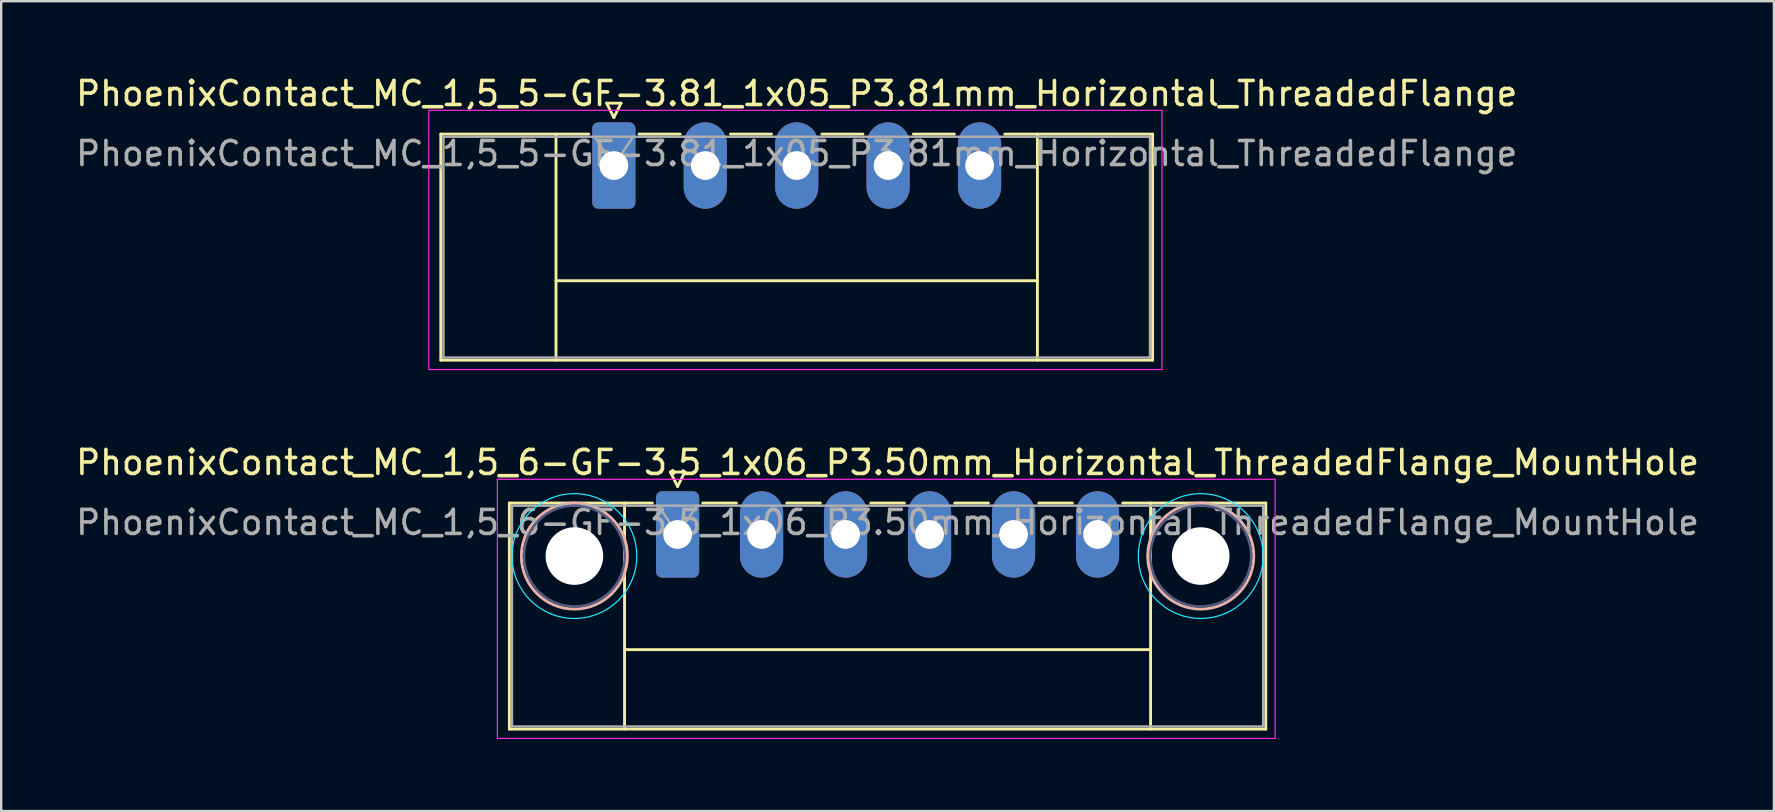
<source format=kicad_pcb>
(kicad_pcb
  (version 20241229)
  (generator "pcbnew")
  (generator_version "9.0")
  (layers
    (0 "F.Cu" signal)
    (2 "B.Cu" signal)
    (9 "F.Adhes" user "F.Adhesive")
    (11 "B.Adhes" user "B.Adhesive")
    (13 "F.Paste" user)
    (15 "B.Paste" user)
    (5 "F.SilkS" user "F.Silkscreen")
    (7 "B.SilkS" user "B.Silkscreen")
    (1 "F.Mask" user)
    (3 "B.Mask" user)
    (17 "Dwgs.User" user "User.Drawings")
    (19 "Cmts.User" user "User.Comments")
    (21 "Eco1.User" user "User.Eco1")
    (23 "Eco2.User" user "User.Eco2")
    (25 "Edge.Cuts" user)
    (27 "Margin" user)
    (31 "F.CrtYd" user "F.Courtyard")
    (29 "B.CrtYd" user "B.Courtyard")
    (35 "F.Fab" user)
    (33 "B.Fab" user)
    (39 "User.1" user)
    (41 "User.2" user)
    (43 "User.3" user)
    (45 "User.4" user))
  (footprint "PhoenixContact_MC_1,5_6-GF-3.5_1x06_P3.50mm_Horizontal_ThreadedFlange_MountHole"
    (layer "F.Cu")
    (at 25.185 19.221)
    (property "Reference" "PhoenixContact_MC_1,5_6-GF-3.5_1x06_P3.50mm_Horizontal_ThreadedFlange_MountHole" (at 8.75 -3 0) (layer "F.SilkS") (effects (font (size 1 1) (thickness 0.15))))
    (attr through_hole)
    (fp_line (start -7.01 -1.31) (end -7.01 8.11) (stroke (width 0.12) (type solid)) (layer "F.SilkS"))
    (fp_line (start -7.01 -1.31) (end -1.05 -1.31) (stroke (width 0.12) (type solid)) (layer "F.SilkS"))
    (fp_line (start -7.01 8.11) (end 24.51 8.11) (stroke (width 0.12) (type solid)) (layer "F.SilkS"))
    (fp_line (start -2.21 -1.31) (end -2.21 8.11) (stroke (width 0.12) (type solid)) (layer "F.SilkS"))
    (fp_line (start -2.21 4.8) (end 19.71 4.8) (stroke (width 0.12) (type solid)) (layer "F.SilkS"))
    (fp_line (start -0.3 -2.6) (end 0.3 -2.6) (stroke (width 0.12) (type solid)) (layer "F.SilkS"))
    (fp_line (start 0 -2) (end -0.3 -2.6) (stroke (width 0.12) (type solid)) (layer "F.SilkS"))
    (fp_line (start 0.3 -2.6) (end 0 -2) (stroke (width 0.12) (type solid)) (layer "F.SilkS"))
    (fp_line (start 1.05 -1.31) (end 2.45 -1.31) (stroke (width 0.12) (type solid)) (layer "F.SilkS"))
    (fp_line (start 4.55 -1.31) (end 5.95 -1.31) (stroke (width 0.12) (type solid)) (layer "F.SilkS"))
    (fp_line (start 8.05 -1.31) (end 9.45 -1.31) (stroke (width 0.12) (type solid)) (layer "F.SilkS"))
    (fp_line (start 11.55 -1.31) (end 12.95 -1.31) (stroke (width 0.12) (type solid)) (layer "F.SilkS"))
    (fp_line (start 15.05 -1.31) (end 16.45 -1.31) (stroke (width 0.12) (type solid)) (layer "F.SilkS"))
    (fp_line (start 19.71 -1.31) (end 19.71 8.11) (stroke (width 0.12) (type solid)) (layer "F.SilkS"))
    (fp_line (start 24.51 -1.31) (end 18.55 -1.31) (stroke (width 0.12) (type solid)) (layer "F.SilkS"))
    (fp_line (start 24.51 8.11) (end 24.51 -1.31) (stroke (width 0.12) (type solid)) (layer "F.SilkS"))
    (fp_circle (center -4.3 0.9) (end -2.09 0.9) (stroke (width 0.12) (type solid)) (fill no) (layer "B.SilkS"))
    (fp_circle (center 21.8 0.9) (end 24.01 0.9) (stroke (width 0.12) (type solid)) (fill no) (layer "B.SilkS"))
    (fp_circle (center -4.3 0.9) (end -1.7 0.9) (stroke (width 0.05) (type solid)) (fill no) (layer "B.CrtYd"))
    (fp_circle (center 21.8 0.9) (end 24.4 0.9) (stroke (width 0.05) (type solid)) (fill no) (layer "B.CrtYd"))
    (fp_line (start -7.51 -2.3) (end -7.51 8.5) (stroke (width 0.05) (type solid)) (layer "F.CrtYd"))
    (fp_line (start -7.51 8.5) (end 24.9 8.5) (stroke (width 0.05) (type solid)) (layer "F.CrtYd"))
    (fp_line (start 24.9 -2.3) (end -7.51 -2.3) (stroke (width 0.05) (type solid)) (layer "F.CrtYd"))
    (fp_line (start 24.9 8.5) (end 24.9 -2.3) (stroke (width 0.05) (type solid)) (layer "F.CrtYd"))
    (fp_circle (center -4.3 0.9) (end -2.2 0.9) (stroke (width 0.1) (type solid)) (fill no) (layer "B.Fab"))
    (fp_circle (center 21.8 0.9) (end 23.9 0.9) (stroke (width 0.1) (type solid)) (fill no) (layer "B.Fab"))
    (fp_line (start -6.9 -1.2) (end -6.9 8) (stroke (width 0.1) (type solid)) (layer "F.Fab"))
    (fp_line (start -6.9 8) (end 24.4 8) (stroke (width 0.1) (type solid)) (layer "F.Fab"))
    (fp_line (start 0 0) (end -0.8 -1.2) (stroke (width 0.1) (type solid)) (layer "F.Fab"))
    (fp_line (start 0.8 -1.2) (end 0 0) (stroke (width 0.1) (type solid)) (layer "F.Fab"))
    (fp_line (start 24.4 -1.2) (end -6.9 -1.2) (stroke (width 0.1) (type solid)) (layer "F.Fab"))
    (fp_line (start 24.4 8) (end 24.4 -1.2) (stroke (width 0.1) (type solid)) (layer "F.Fab"))
    (fp_text user "${REFERENCE}" (at 8.75 -0.5 0) (layer "F.Fab") (effects (font (size 1 1) (thickness 0.15))))
    (pad "" np_thru_hole circle (at -4.3 0.9) (size 2.4 2.4) (drill 2.4) (layers "*.Cu" "*.Mask"))
    (pad "" np_thru_hole circle (at 21.8 0.9) (size 2.4 2.4) (drill 2.4) (layers "*.Cu" "*.Mask"))
    (pad "1" thru_hole roundrect (at 0 0) (size 1.8 3.6) (drill 1.2) (layers "*.Cu" "*.Mask") (roundrect_rratio 0.139))
    (pad "2" thru_hole oval (at 3.5 0) (size 1.8 3.6) (drill 1.2) (layers "*.Cu" "*.Mask"))
    (pad "3" thru_hole oval (at 7 0) (size 1.8 3.6) (drill 1.2) (layers "*.Cu" "*.Mask"))
    (pad "4" thru_hole oval (at 10.5 0) (size 1.8 3.6) (drill 1.2) (layers "*.Cu" "*.Mask"))
    (pad "5" thru_hole oval (at 14 0) (size 1.8 3.6) (drill 1.2) (layers "*.Cu" "*.Mask"))
    (pad "6" thru_hole oval (at 17.5 0) (size 1.8 3.6) (drill 1.2) (layers "*.Cu" "*.Mask")))
  (footprint "PhoenixContact_MC_1,5_5-GF-3.81_1x05_P3.81mm_Horizontal_ThreadedFlange"
    (layer "F.Cu")
    (at 22.529 3.848)
    (property "Reference" "PhoenixContact_MC_1,5_5-GF-3.81_1x05_P3.81mm_Horizontal_ThreadedFlange" (at 7.62 -3 0) (layer "F.SilkS") (effects (font (size 1 1) (thickness 0.15))))
    (attr through_hole)
    (fp_line (start -7.21 -1.31) (end -7.21 8.11) (stroke (width 0.12) (type solid)) (layer "F.SilkS"))
    (fp_line (start -7.21 -1.31) (end -1.05 -1.31) (stroke (width 0.12) (type solid)) (layer "F.SilkS"))
    (fp_line (start -7.21 8.11) (end 22.45 8.11) (stroke (width 0.12) (type solid)) (layer "F.SilkS"))
    (fp_line (start -2.41 -1.31) (end -2.41 8.11) (stroke (width 0.12) (type solid)) (layer "F.SilkS"))
    (fp_line (start -2.41 4.8) (end 17.65 4.8) (stroke (width 0.12) (type solid)) (layer "F.SilkS"))
    (fp_line (start -0.3 -2.6) (end 0.3 -2.6) (stroke (width 0.12) (type solid)) (layer "F.SilkS"))
    (fp_line (start 0 -2) (end -0.3 -2.6) (stroke (width 0.12) (type solid)) (layer "F.SilkS"))
    (fp_line (start 0.3 -2.6) (end 0 -2) (stroke (width 0.12) (type solid)) (layer "F.SilkS"))
    (fp_line (start 1.05 -1.31) (end 2.76 -1.31) (stroke (width 0.12) (type solid)) (layer "F.SilkS"))
    (fp_line (start 4.86 -1.31) (end 6.57 -1.31) (stroke (width 0.12) (type solid)) (layer "F.SilkS"))
    (fp_line (start 8.67 -1.31) (end 10.38 -1.31) (stroke (width 0.12) (type solid)) (layer "F.SilkS"))
    (fp_line (start 12.48 -1.31) (end 14.19 -1.31) (stroke (width 0.12) (type solid)) (layer "F.SilkS"))
    (fp_line (start 17.65 -1.31) (end 17.65 8.11) (stroke (width 0.12) (type solid)) (layer "F.SilkS"))
    (fp_line (start 22.45 -1.31) (end 16.29 -1.31) (stroke (width 0.12) (type solid)) (layer "F.SilkS"))
    (fp_line (start 22.45 8.11) (end 22.45 -1.31) (stroke (width 0.12) (type solid)) (layer "F.SilkS"))
    (fp_line (start -7.71 -2.3) (end -7.71 8.5) (stroke (width 0.05) (type solid)) (layer "F.CrtYd"))
    (fp_line (start -7.71 8.5) (end 22.84 8.5) (stroke (width 0.05) (type solid)) (layer "F.CrtYd"))
    (fp_line (start 22.84 -2.3) (end -7.71 -2.3) (stroke (width 0.05) (type solid)) (layer "F.CrtYd"))
    (fp_line (start 22.84 8.5) (end 22.84 -2.3) (stroke (width 0.05) (type solid)) (layer "F.CrtYd"))
    (fp_line (start -7.1 -1.2) (end -7.1 8) (stroke (width 0.1) (type solid)) (layer "F.Fab"))
    (fp_line (start -7.1 8) (end 22.34 8) (stroke (width 0.1) (type solid)) (layer "F.Fab"))
    (fp_line (start 0 0) (end -0.8 -1.2) (stroke (width 0.1) (type solid)) (layer "F.Fab"))
    (fp_line (start 0.8 -1.2) (end 0 0) (stroke (width 0.1) (type solid)) (layer "F.Fab"))
    (fp_line (start 22.34 -1.2) (end -7.1 -1.2) (stroke (width 0.1) (type solid)) (layer "F.Fab"))
    (fp_line (start 22.34 8) (end 22.34 -1.2) (stroke (width 0.1) (type solid)) (layer "F.Fab"))
    (fp_text user "${REFERENCE}" (at 7.62 -0.5 0) (layer "F.Fab") (effects (font (size 1 1) (thickness 0.15))))
    (pad "1" thru_hole roundrect (at 0 0) (size 1.8 3.6) (drill 1.2) (layers "*.Cu" "*.Mask") (roundrect_rratio 0.139))
    (pad "2" thru_hole oval (at 3.81 0) (size 1.8 3.6) (drill 1.2) (layers "*.Cu" "*.Mask"))
    (pad "3" thru_hole oval (at 7.62 0) (size 1.8 3.6) (drill 1.2) (layers "*.Cu" "*.Mask"))
    (pad "4" thru_hole oval (at 11.43 0) (size 1.8 3.6) (drill 1.2) (layers "*.Cu" "*.Mask"))
    (pad "5" thru_hole oval (at 15.24 0) (size 1.8 3.6) (drill 1.2) (layers "*.Cu" "*.Mask")))
  (gr_rect
    (start -3 -3)
    (end 70.869 30.747)
    (stroke (width 0.1) (type default))
    (fill no)
    (layer "Edge.Cuts")))
</source>
